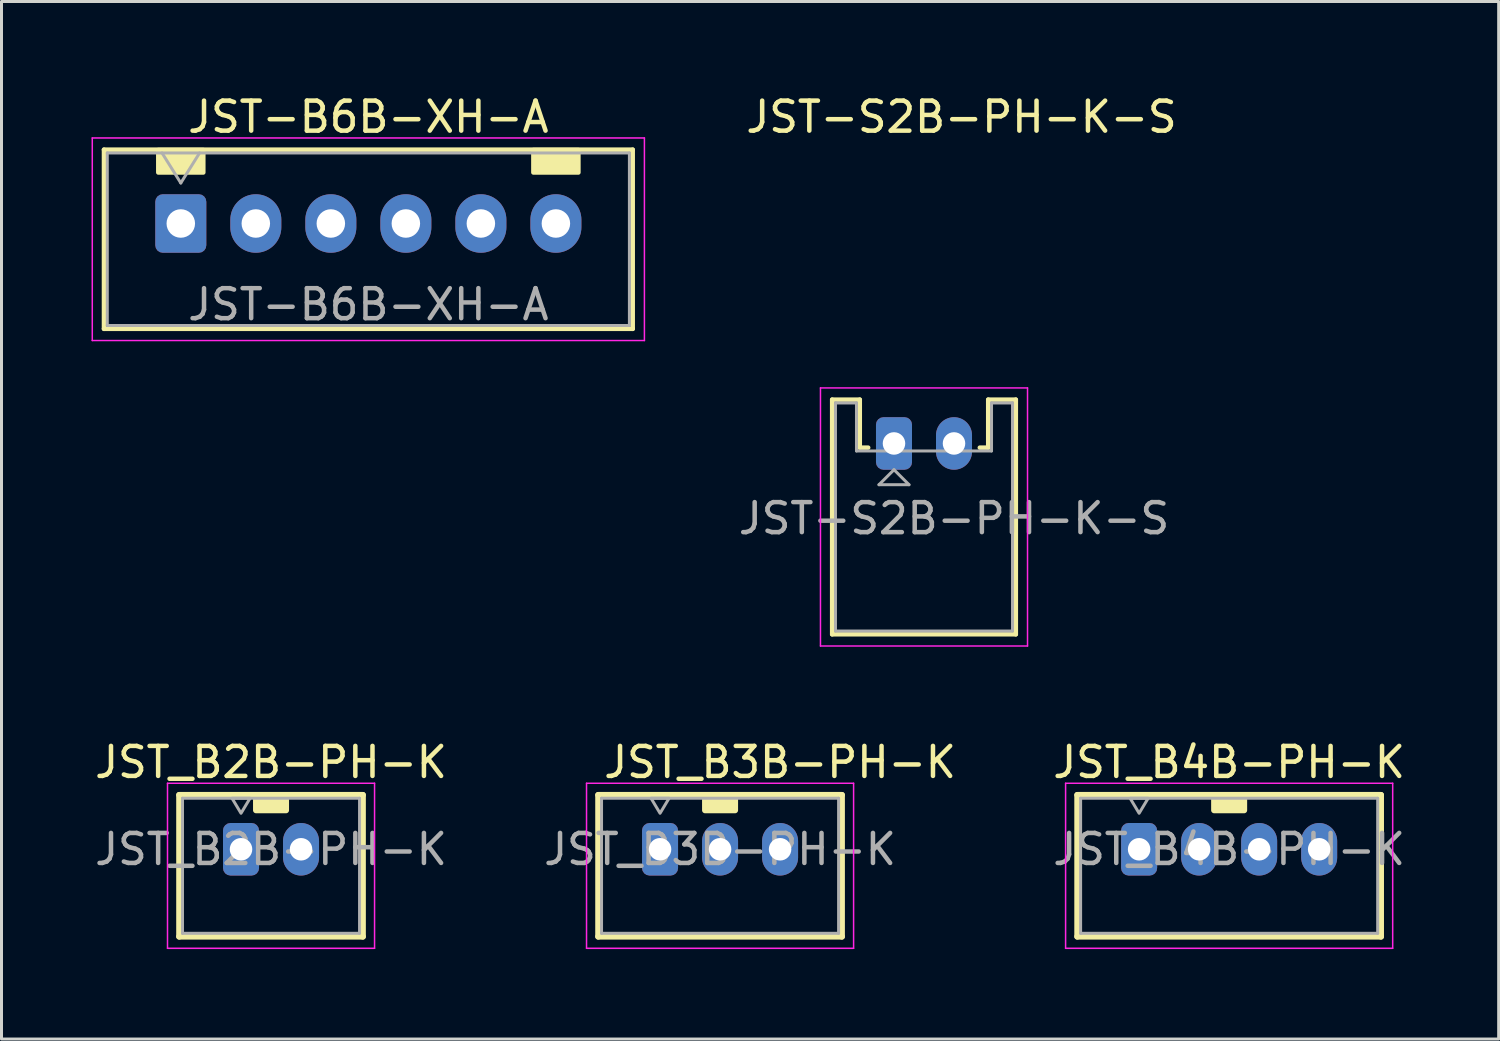
<source format=kicad_pcb>
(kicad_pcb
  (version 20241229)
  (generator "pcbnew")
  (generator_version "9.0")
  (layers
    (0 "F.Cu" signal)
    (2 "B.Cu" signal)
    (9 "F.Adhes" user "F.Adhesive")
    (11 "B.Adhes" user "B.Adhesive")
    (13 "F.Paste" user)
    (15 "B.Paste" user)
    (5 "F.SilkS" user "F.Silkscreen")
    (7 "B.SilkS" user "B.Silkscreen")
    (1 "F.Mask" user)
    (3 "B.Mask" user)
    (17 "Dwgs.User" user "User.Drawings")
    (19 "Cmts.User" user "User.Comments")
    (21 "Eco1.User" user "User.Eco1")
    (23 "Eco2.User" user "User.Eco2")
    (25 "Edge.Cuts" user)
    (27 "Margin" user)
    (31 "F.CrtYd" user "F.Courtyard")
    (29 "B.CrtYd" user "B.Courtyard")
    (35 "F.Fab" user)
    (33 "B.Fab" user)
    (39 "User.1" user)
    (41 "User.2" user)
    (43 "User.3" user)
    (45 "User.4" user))
  (footprint "JST-S2B-PH-K-S"
    (layer "F.Cu")
    (at 27.742 11.728)
    (property "Reference" "JST-S2B-PH-K-S" (at 1.25 -10.88 0) (layer "F.SilkS") (effects (font (size 1 1) (thickness 0.15))))
    (attr through_hole)
    (fp_line (start -3.06 -1.46) (end -3.06 6.36) (stroke (width 0.15) (type solid)) (layer "F.SilkS"))
    (fp_line (start -3.06 6.36) (end 3.06 6.36) (stroke (width 0.15) (type solid)) (layer "F.SilkS"))
    (fp_line (start -2.14 -1.46) (end -3.06 -1.46) (stroke (width 0.15) (type solid)) (layer "F.SilkS"))
    (fp_line (start -2.14 0.14) (end -2.14 -1.46) (stroke (width 0.15) (type solid)) (layer "F.SilkS"))
    (fp_line (start -1.86 0.14) (end -2.14 0.14) (stroke (width 0.15) (type solid)) (layer "F.SilkS"))
    (fp_line (start 2.14 -1.46) (end 2.14 0.14) (stroke (width 0.15) (type solid)) (layer "F.SilkS"))
    (fp_line (start 2.14 0.14) (end 1.86 0.14) (stroke (width 0.15) (type solid)) (layer "F.SilkS"))
    (fp_line (start 3.06 -1.46) (end 2.14 -1.46) (stroke (width 0.15) (type solid)) (layer "F.SilkS"))
    (fp_line (start 3.06 6.36) (end 3.06 -1.46) (stroke (width 0.15) (type solid)) (layer "F.SilkS"))
    (fp_line (start -3.45 -1.85) (end -3.45 6.75) (stroke (width 0.05) (type solid)) (layer "F.CrtYd"))
    (fp_line (start -3.45 6.75) (end 3.45 6.75) (stroke (width 0.05) (type solid)) (layer "F.CrtYd"))
    (fp_line (start 3.45 -1.85) (end -3.45 -1.85) (stroke (width 0.05) (type solid)) (layer "F.CrtYd"))
    (fp_line (start 3.45 6.75) (end 3.45 -1.85) (stroke (width 0.05) (type solid)) (layer "F.CrtYd"))
    (fp_line (start -2.95 -1.35) (end -2.95 6.25) (stroke (width 0.1) (type solid)) (layer "F.Fab"))
    (fp_line (start -2.95 6.25) (end 2.95 6.25) (stroke (width 0.1) (type solid)) (layer "F.Fab"))
    (fp_line (start -2.25 -1.35) (end -2.95 -1.35) (stroke (width 0.1) (type solid)) (layer "F.Fab"))
    (fp_line (start -2.25 0.25) (end -2.25 -1.35) (stroke (width 0.1) (type solid)) (layer "F.Fab"))
    (fp_line (start -1.5 1.375) (end -0.5 1.375) (stroke (width 0.1) (type solid)) (layer "F.Fab"))
    (fp_line (start -1 0.875) (end -1.5 1.375) (stroke (width 0.1) (type solid)) (layer "F.Fab"))
    (fp_line (start -0.5 1.375) (end -1 0.875) (stroke (width 0.1) (type solid)) (layer "F.Fab"))
    (fp_line (start 2.25 -1.35) (end 2.25 0.25) (stroke (width 0.1) (type solid)) (layer "F.Fab"))
    (fp_line (start 2.25 0.25) (end -2.25 0.25) (stroke (width 0.1) (type solid)) (layer "F.Fab"))
    (fp_line (start 2.95 -1.35) (end 2.25 -1.35) (stroke (width 0.1) (type solid)) (layer "F.Fab"))
    (fp_line (start 2.95 6.25) (end 2.95 -1.35) (stroke (width 0.1) (type solid)) (layer "F.Fab"))
    (fp_text user "${REFERENCE}" (at 1 2.5 0) (layer "F.Fab") (effects (font (size 1 1) (thickness 0.15))))
    (pad "1" thru_hole roundrect (at -1 0) (size 1.2 1.75) (drill 0.75) (layers "*.Cu" "*.Mask") (roundrect_rratio 0.208))
    (pad "2" thru_hole oval (at 1 0) (size 1.2 1.75) (drill 0.75) (layers "*.Cu" "*.Mask")))
  (footprint "JST_B3B-PH-K"
    (layer "F.Cu")
    (at 20.946 25.252)
    (property "Reference" "JST_B3B-PH-K" (at 2 -2.9 0) (layer "F.SilkS") (effects (font (size 1 1) (thickness 0.15))))
    (attr through_hole)
    (fp_line (start -4.06 -1.81) (end -4.06 2.91) (stroke (width 0.2) (type solid)) (layer "F.SilkS"))
    (fp_line (start -4.06 2.91) (end 4.06 2.91) (stroke (width 0.2) (type solid)) (layer "F.SilkS"))
    (fp_line (start 4.06 -1.81) (end -4.06 -1.81) (stroke (width 0.2) (type solid)) (layer "F.SilkS"))
    (fp_line (start 4.06 2.91) (end 4.06 -1.81) (stroke (width 0.2) (type solid)) (layer "F.SilkS"))
    (fp_rect (start -0.5 -1.8) (end 0.5 -1.3) (stroke (width 0.2) (type solid)) (fill yes) (layer "F.SilkS"))
    (fp_line (start -4.45 -2.2) (end -4.45 3.3) (stroke (width 0.05) (type solid)) (layer "F.CrtYd"))
    (fp_line (start -4.45 3.3) (end 4.45 3.3) (stroke (width 0.05) (type solid)) (layer "F.CrtYd"))
    (fp_line (start 4.45 -2.2) (end -4.45 -2.2) (stroke (width 0.05) (type solid)) (layer "F.CrtYd"))
    (fp_line (start 4.45 3.3) (end 4.45 -2.2) (stroke (width 0.05) (type solid)) (layer "F.CrtYd"))
    (fp_line (start -3.95 -1.7) (end -3.95 2.8) (stroke (width 0.1) (type solid)) (layer "F.Fab"))
    (fp_line (start -3.95 2.8) (end 3.95 2.8) (stroke (width 0.1) (type solid)) (layer "F.Fab"))
    (fp_line (start 3.95 -1.7) (end -3.95 -1.7) (stroke (width 0.1) (type solid)) (layer "F.Fab"))
    (fp_line (start 3.95 2.8) (end 3.95 -1.7) (stroke (width 0.1) (type solid)) (layer "F.Fab"))
    (fp_poly (pts (xy -2 -1.2) (xy -1.7 -1.7) (xy -2.3 -1.7)) (stroke (width 0.1) (type solid)) (fill no) (layer "F.Fab"))
    (fp_text user "${REFERENCE}" (at 0 0 0) (layer "F.Fab") (effects (font (size 1 1) (thickness 0.15))))
    (pad "1" thru_hole roundrect (at -2 0) (size 1.2 1.75) (drill 0.75) (layers "*.Cu" "*.Mask") (roundrect_rratio 0.208))
    (pad "2" thru_hole oval (at 0 0) (size 1.2 1.75) (drill 0.75) (layers "*.Cu" "*.Mask"))
    (pad "3" thru_hole oval (at 2 0) (size 1.2 1.75) (drill 0.75) (layers "*.Cu" "*.Mask")))
  (footprint "JST_B4B-PH-K"
    (layer "F.Cu")
    (at 37.911 25.252)
    (property "Reference" "JST_B4B-PH-K" (at 0 -2.9 0) (layer "F.SilkS") (effects (font (size 1 1) (thickness 0.15))))
    (attr through_hole)
    (fp_line (start -5.06 -1.81) (end -5.06 2.91) (stroke (width 0.2) (type solid)) (layer "F.SilkS"))
    (fp_line (start -5.06 2.91) (end 5.06 2.91) (stroke (width 0.2) (type solid)) (layer "F.SilkS"))
    (fp_line (start 5.06 -1.81) (end -5.06 -1.81) (stroke (width 0.2) (type solid)) (layer "F.SilkS"))
    (fp_line (start 5.06 2.91) (end 5.06 -1.81) (stroke (width 0.2) (type solid)) (layer "F.SilkS"))
    (fp_rect (start -0.5 -1.8) (end 0.5 -1.3) (stroke (width 0.2) (type solid)) (fill yes) (layer "F.SilkS"))
    (fp_line (start -5.45 -2.2) (end -5.45 3.3) (stroke (width 0.05) (type solid)) (layer "F.CrtYd"))
    (fp_line (start -5.45 3.3) (end 5.45 3.3) (stroke (width 0.05) (type solid)) (layer "F.CrtYd"))
    (fp_line (start 5.45 -2.2) (end -5.45 -2.2) (stroke (width 0.05) (type solid)) (layer "F.CrtYd"))
    (fp_line (start 5.45 3.3) (end 5.45 -2.2) (stroke (width 0.05) (type solid)) (layer "F.CrtYd"))
    (fp_line (start -4.95 -1.7) (end -4.95 2.8) (stroke (width 0.1) (type solid)) (layer "F.Fab"))
    (fp_line (start -4.95 2.8) (end 4.95 2.8) (stroke (width 0.1) (type solid)) (layer "F.Fab"))
    (fp_line (start 4.95 -1.7) (end -4.95 -1.7) (stroke (width 0.1) (type solid)) (layer "F.Fab"))
    (fp_line (start 4.95 2.8) (end 4.95 -1.7) (stroke (width 0.1) (type solid)) (layer "F.Fab"))
    (fp_poly (pts (xy -3 -1.2) (xy -2.7 -1.7) (xy -3.3 -1.7)) (stroke (width 0.1) (type solid)) (fill no) (layer "F.Fab"))
    (fp_text user "${REFERENCE}" (at 0 0 0) (layer "F.Fab") (effects (font (size 1 1) (thickness 0.15))))
    (pad "1" thru_hole roundrect (at -3 0) (size 1.2 1.75) (drill 0.75) (layers "*.Cu" "*.Mask") (roundrect_rratio 0.208))
    (pad "2" thru_hole oval (at -1 0) (size 1.2 1.75) (drill 0.75) (layers "*.Cu" "*.Mask"))
    (pad "3" thru_hole oval (at 1 0) (size 1.2 1.75) (drill 0.75) (layers "*.Cu" "*.Mask"))
    (pad "4" thru_hole oval (at 3 0) (size 1.2 1.75) (drill 0.75) (layers "*.Cu" "*.Mask")))
  (footprint "JST_B2B-PH-K"
    (layer "F.Cu")
    (at 5.982 25.252)
    (property "Reference" "JST_B2B-PH-K" (at 0 -2.9 0) (layer "F.SilkS") (effects (font (size 1 1) (thickness 0.15))))
    (attr through_hole)
    (fp_line (start -3.06 -1.81) (end -3.06 2.91) (stroke (width 0.2) (type solid)) (layer "F.SilkS"))
    (fp_line (start -3.06 2.91) (end 3.06 2.91) (stroke (width 0.2) (type solid)) (layer "F.SilkS"))
    (fp_line (start 3.06 -1.81) (end -3.06 -1.81) (stroke (width 0.2) (type solid)) (layer "F.SilkS"))
    (fp_line (start 3.06 2.91) (end 3.06 -1.81) (stroke (width 0.2) (type solid)) (layer "F.SilkS"))
    (fp_rect (start -0.5 -1.8) (end 0.5 -1.3) (stroke (width 0.2) (type solid)) (fill yes) (layer "F.SilkS"))
    (fp_line (start -3.45 -2.2) (end -3.45 3.3) (stroke (width 0.05) (type solid)) (layer "F.CrtYd"))
    (fp_line (start -3.45 3.3) (end 3.45 3.3) (stroke (width 0.05) (type solid)) (layer "F.CrtYd"))
    (fp_line (start 3.45 -2.2) (end -3.45 -2.2) (stroke (width 0.05) (type solid)) (layer "F.CrtYd"))
    (fp_line (start 3.45 3.3) (end 3.45 -2.2) (stroke (width 0.05) (type solid)) (layer "F.CrtYd"))
    (fp_line (start -2.95 -1.7) (end -2.95 2.8) (stroke (width 0.1) (type solid)) (layer "F.Fab"))
    (fp_line (start -2.95 2.8) (end 2.95 2.8) (stroke (width 0.1) (type solid)) (layer "F.Fab"))
    (fp_line (start 2.95 -1.7) (end -2.95 -1.7) (stroke (width 0.1) (type solid)) (layer "F.Fab"))
    (fp_line (start 2.95 2.8) (end 2.95 -1.7) (stroke (width 0.1) (type solid)) (layer "F.Fab"))
    (fp_poly (pts (xy -1 -1.2) (xy -0.7 -1.7) (xy -1.3 -1.7)) (stroke (width 0.1) (type solid)) (fill no) (layer "F.Fab"))
    (fp_text user "${REFERENCE}" (at 0 0 0) (layer "F.Fab") (effects (font (size 1 1) (thickness 0.15))))
    (pad "1" thru_hole roundrect (at -1 0) (size 1.2 1.75) (drill 0.75) (layers "*.Cu" "*.Mask") (roundrect_rratio 0.208))
    (pad "2" thru_hole oval (at 1 0) (size 1.2 1.75) (drill 0.75) (layers "*.Cu" "*.Mask")))
  (footprint "JST-B6B-XH-A"
    (layer "F.Cu")
    (at 9.225 4.448)
    (property "Reference" "JST-B6B-XH-A" (at 0 -3.6 0) (layer "F.SilkS") (effects (font (size 1 1) (thickness 0.15))))
    (attr through_hole)
    (fp_line (start -8.81 -2.51) (end -8.81 3.46) (stroke (width 0.15) (type solid)) (layer "F.SilkS"))
    (fp_line (start -8.81 3.46) (end 8.81 3.46) (stroke (width 0.15) (type solid)) (layer "F.SilkS"))
    (fp_line (start 8.81 -2.51) (end -8.81 -2.51) (stroke (width 0.15) (type solid)) (layer "F.SilkS"))
    (fp_line (start 8.81 3.46) (end 8.81 -2.51) (stroke (width 0.15) (type solid)) (layer "F.SilkS"))
    (fp_rect (start -7 -2.5) (end -5.5 -1.75) (stroke (width 0.15) (type default)) (fill yes) (layer "F.SilkS"))
    (fp_rect (start 5.5 -2.5) (end 7 -1.75) (stroke (width 0.15) (type default)) (fill yes) (layer "F.SilkS"))
    (fp_line (start -9.2 -2.9) (end -9.2 3.85) (stroke (width 0.05) (type solid)) (layer "F.CrtYd"))
    (fp_line (start -9.2 3.85) (end 9.2 3.85) (stroke (width 0.05) (type solid)) (layer "F.CrtYd"))
    (fp_line (start 9.2 -2.9) (end -9.2 -2.9) (stroke (width 0.05) (type solid)) (layer "F.CrtYd"))
    (fp_line (start 9.2 3.85) (end 9.2 -2.9) (stroke (width 0.05) (type solid)) (layer "F.CrtYd"))
    (fp_line (start -8.7 -2.4) (end -8.7 3.35) (stroke (width 0.1) (type solid)) (layer "F.Fab"))
    (fp_line (start -8.7 3.35) (end 8.7 3.35) (stroke (width 0.1) (type solid)) (layer "F.Fab"))
    (fp_line (start -6.875 -2.4) (end -6.25 -1.4) (stroke (width 0.1) (type solid)) (layer "F.Fab"))
    (fp_line (start -6.25 -1.4) (end -5.625 -2.4) (stroke (width 0.1) (type solid)) (layer "F.Fab"))
    (fp_line (start 8.7 -2.4) (end -8.7 -2.4) (stroke (width 0.1) (type solid)) (layer "F.Fab"))
    (fp_line (start 8.7 3.35) (end 8.7 -2.4) (stroke (width 0.1) (type solid)) (layer "F.Fab"))
    (fp_text user "${REFERENCE}" (at 0 2.65 0) (layer "F.Fab") (effects (font (size 1 1) (thickness 0.15))))
    (pad "1" thru_hole roundrect (at -6.25 -0.05) (size 1.7 1.95) (drill 0.95) (layers "*.Cu" "*.Mask") (roundrect_rratio 0.147))
    (pad "2" thru_hole oval (at -3.75 -0.05) (size 1.7 1.95) (drill 0.95) (layers "*.Cu" "*.Mask"))
    (pad "3" thru_hole oval (at -1.25 -0.05) (size 1.7 1.95) (drill 0.95) (layers "*.Cu" "*.Mask"))
    (pad "4" thru_hole oval (at 1.25 -0.05) (size 1.7 1.95) (drill 0.95) (layers "*.Cu" "*.Mask"))
    (pad "5" thru_hole oval (at 3.75 -0.05) (size 1.7 1.95) (drill 0.95) (layers "*.Cu" "*.Mask"))
    (pad "6" thru_hole oval (at 6.25 -0.05) (size 1.7 1.95) (drill 0.95) (layers "*.Cu" "*.Mask")))
  (gr_rect
    (start -3 -3)
    (end 46.893 31.576)
    (stroke (width 0.1) (type default))
    (fill no)
    (layer "Edge.Cuts")))
</source>
